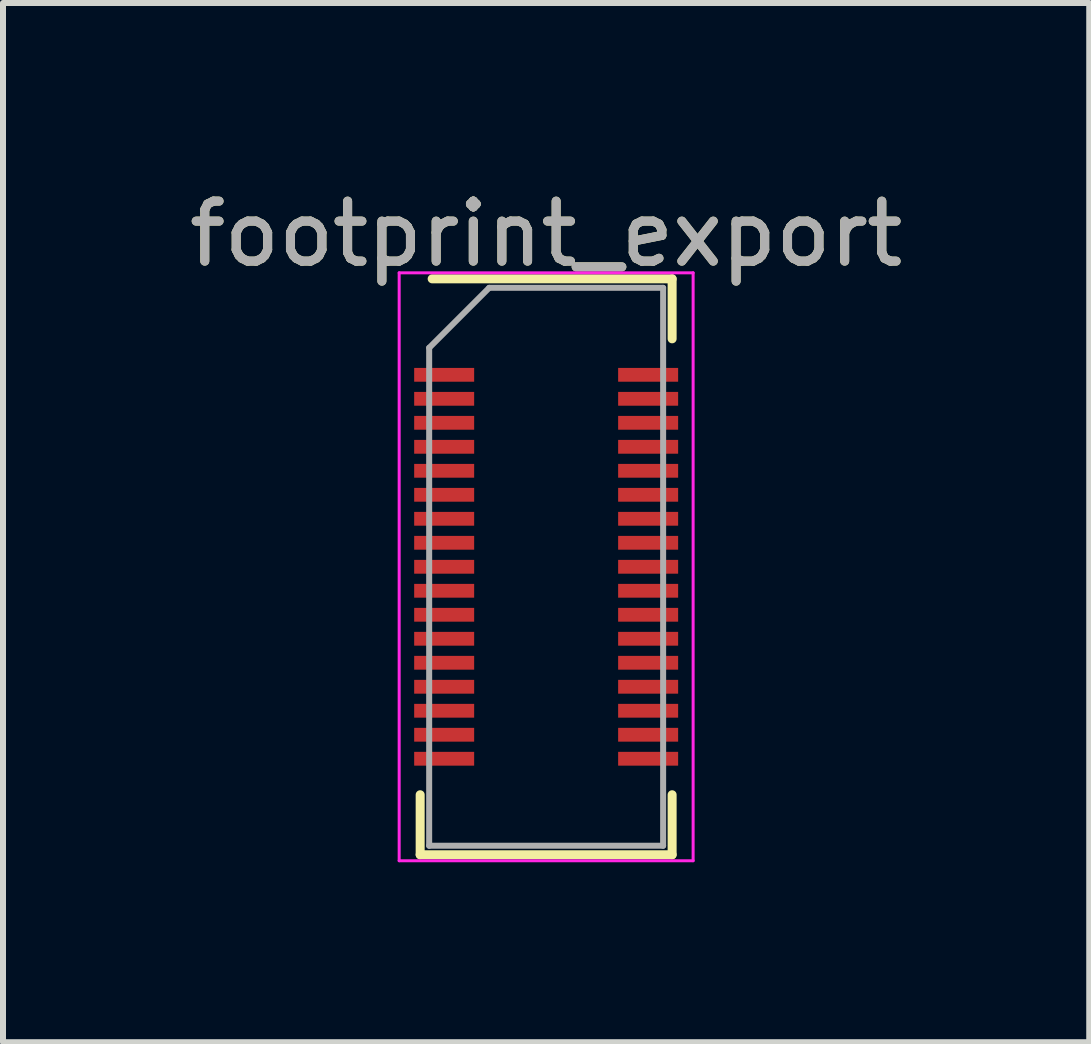
<source format=kicad_pcb>
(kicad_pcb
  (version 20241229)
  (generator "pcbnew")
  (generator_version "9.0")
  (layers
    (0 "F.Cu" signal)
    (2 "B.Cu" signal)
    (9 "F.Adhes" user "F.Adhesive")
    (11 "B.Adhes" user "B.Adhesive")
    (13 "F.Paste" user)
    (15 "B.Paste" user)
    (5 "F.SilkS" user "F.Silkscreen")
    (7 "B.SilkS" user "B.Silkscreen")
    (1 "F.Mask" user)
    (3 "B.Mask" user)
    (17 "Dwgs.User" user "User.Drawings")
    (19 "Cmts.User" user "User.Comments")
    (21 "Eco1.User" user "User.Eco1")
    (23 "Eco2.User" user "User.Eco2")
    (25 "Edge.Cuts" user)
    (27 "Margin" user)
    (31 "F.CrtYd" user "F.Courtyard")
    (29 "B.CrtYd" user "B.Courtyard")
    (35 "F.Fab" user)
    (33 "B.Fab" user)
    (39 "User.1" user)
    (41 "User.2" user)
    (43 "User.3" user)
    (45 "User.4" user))
  (footprint "footprint_export"
    (layer "F.Cu")
    (at 6.054 6.398)
    (property "Reference" "footprint_export" (at 0 -5.55 0) (layer "F.SilkS") (effects (font (size 1 1) (thickness 0.15))))
    (attr smd)
    (fp_line (start -2.1 4.8) (end -2.1 3.8) (stroke (width 0.15) (type solid)) (layer "F.SilkS"))
    (fp_line (start -1.9 -4.8) (end 2.1 -4.8) (stroke (width 0.15) (type solid)) (layer "F.SilkS"))
    (fp_line (start 2.1 -4.8) (end 2.1 -3.8) (stroke (width 0.15) (type solid)) (layer "F.SilkS"))
    (fp_line (start 2.1 4.8) (end -2.1 4.8) (stroke (width 0.15) (type solid)) (layer "F.SilkS"))
    (fp_line (start 2.1 4.8) (end 2.1 3.8) (stroke (width 0.15) (type solid)) (layer "F.SilkS"))
    (fp_line (start -2.45 -4.9) (end 2.45 -4.9) (stroke (width 0.05) (type solid)) (layer "F.CrtYd"))
    (fp_line (start -2.45 4.9) (end -2.45 -4.9) (stroke (width 0.05) (type solid)) (layer "F.CrtYd"))
    (fp_line (start 2.45 -4.9) (end 2.45 4.9) (stroke (width 0.05) (type solid)) (layer "F.CrtYd"))
    (fp_line (start 2.45 4.9) (end -2.45 4.9) (stroke (width 0.05) (type solid)) (layer "F.CrtYd"))
    (fp_line (start -1.95 -3.65) (end -0.95 -4.65) (stroke (width 0.1) (type solid)) (layer "F.Fab"))
    (fp_line (start -1.95 4.65) (end -1.95 -3.65) (stroke (width 0.1) (type solid)) (layer "F.Fab"))
    (fp_line (start -0.95 -4.65) (end 1.95 -4.65) (stroke (width 0.1) (type solid)) (layer "F.Fab"))
    (fp_line (start 1.95 -4.65) (end 1.95 4.65) (stroke (width 0.1) (type solid)) (layer "F.Fab"))
    (fp_line (start 1.95 4.65) (end -1.95 4.65) (stroke (width 0.1) (type solid)) (layer "F.Fab"))
    (fp_text user "${REFERENCE}" (at 0 -5.55 0) (layer "F.Fab") (effects (font (size 1 1) (thickness 0.15))))
    (pad "1" smd rect (at -1.7 -3.2 270) (size 0.23 1) (layers "F.Cu" "F.Mask" "F.Paste"))
    (pad "2" smd rect (at -1.7 -2.8 270) (size 0.23 1) (layers "F.Cu" "F.Mask" "F.Paste"))
    (pad "3" smd rect (at -1.7 -2.4 270) (size 0.23 1) (layers "F.Cu" "F.Mask" "F.Paste"))
    (pad "4" smd rect (at -1.7 -2 270) (size 0.23 1) (layers "F.Cu" "F.Mask" "F.Paste"))
    (pad "5" smd rect (at -1.7 -1.6 270) (size 0.23 1) (layers "F.Cu" "F.Mask" "F.Paste"))
    (pad "6" smd rect (at -1.7 -1.2 270) (size 0.23 1) (layers "F.Cu" "F.Mask" "F.Paste"))
    (pad "7" smd rect (at -1.7 -0.8 270) (size 0.23 1) (layers "F.Cu" "F.Mask" "F.Paste"))
    (pad "8" smd rect (at -1.7 -0.4 270) (size 0.23 1) (layers "F.Cu" "F.Mask" "F.Paste"))
    (pad "9" smd rect (at -1.7 0 270) (size 0.23 1) (layers "F.Cu" "F.Mask" "F.Paste"))
    (pad "10" smd rect (at -1.7 0.4 270) (size 0.23 1) (layers "F.Cu" "F.Mask" "F.Paste"))
    (pad "11" smd rect (at -1.7 0.8 270) (size 0.23 1) (layers "F.Cu" "F.Mask" "F.Paste"))
    (pad "12" smd rect (at -1.7 1.2 270) (size 0.23 1) (layers "F.Cu" "F.Mask" "F.Paste"))
    (pad "13" smd rect (at -1.7 1.6 270) (size 0.23 1) (layers "F.Cu" "F.Mask" "F.Paste"))
    (pad "14" smd rect (at -1.7 2 270) (size 0.23 1) (layers "F.Cu" "F.Mask" "F.Paste"))
    (pad "15" smd rect (at -1.7 2.4 270) (size 0.23 1) (layers "F.Cu" "F.Mask" "F.Paste"))
    (pad "16" smd rect (at -1.7 2.8 270) (size 0.23 1) (layers "F.Cu" "F.Mask" "F.Paste"))
    (pad "17" smd rect (at -1.7 3.2 270) (size 0.23 1) (layers "F.Cu" "F.Mask" "F.Paste"))
    (pad "18" smd rect (at 1.7 3.2 270) (size 0.23 1) (layers "F.Cu" "F.Mask" "F.Paste"))
    (pad "19" smd rect (at 1.7 2.8 270) (size 0.23 1) (layers "F.Cu" "F.Mask" "F.Paste"))
    (pad "20" smd rect (at 1.7 2.4 270) (size 0.23 1) (layers "F.Cu" "F.Mask" "F.Paste"))
    (pad "21" smd rect (at 1.7 2 270) (size 0.23 1) (layers "F.Cu" "F.Mask" "F.Paste"))
    (pad "22" smd rect (at 1.7 1.6 270) (size 0.23 1) (layers "F.Cu" "F.Mask" "F.Paste"))
    (pad "23" smd rect (at 1.7 1.2 270) (size 0.23 1) (layers "F.Cu" "F.Mask" "F.Paste"))
    (pad "24" smd rect (at 1.7 0.8 270) (size 0.23 1) (layers "F.Cu" "F.Mask" "F.Paste"))
    (pad "25" smd rect (at 1.7 0.4 270) (size 0.23 1) (layers "F.Cu" "F.Mask" "F.Paste"))
    (pad "26" smd rect (at 1.7 0 270) (size 0.23 1) (layers "F.Cu" "F.Mask" "F.Paste"))
    (pad "27" smd rect (at 1.7 -0.4 270) (size 0.23 1) (layers "F.Cu" "F.Mask" "F.Paste"))
    (pad "28" smd rect (at 1.7 -0.8 270) (size 0.23 1) (layers "F.Cu" "F.Mask" "F.Paste"))
    (pad "29" smd rect (at 1.7 -1.2 270) (size 0.23 1) (layers "F.Cu" "F.Mask" "F.Paste"))
    (pad "30" smd rect (at 1.7 -1.6 270) (size 0.23 1) (layers "F.Cu" "F.Mask" "F.Paste"))
    (pad "31" smd rect (at 1.7 -2 270) (size 0.23 1) (layers "F.Cu" "F.Mask" "F.Paste"))
    (pad "32" smd rect (at 1.7 -2.4 270) (size 0.23 1) (layers "F.Cu" "F.Mask" "F.Paste"))
    (pad "33" smd rect (at 1.7 -2.8 270) (size 0.23 1) (layers "F.Cu" "F.Mask" "F.Paste"))
    (pad "34" smd rect (at 1.7 -3.2 270) (size 0.23 1) (layers "F.Cu" "F.Mask" "F.Paste")))
  (gr_rect
    (start -3 -3)
    (end 15.107 14.323)
    (stroke (width 0.1) (type default))
    (fill no)
    (layer "Edge.Cuts")))
</source>
